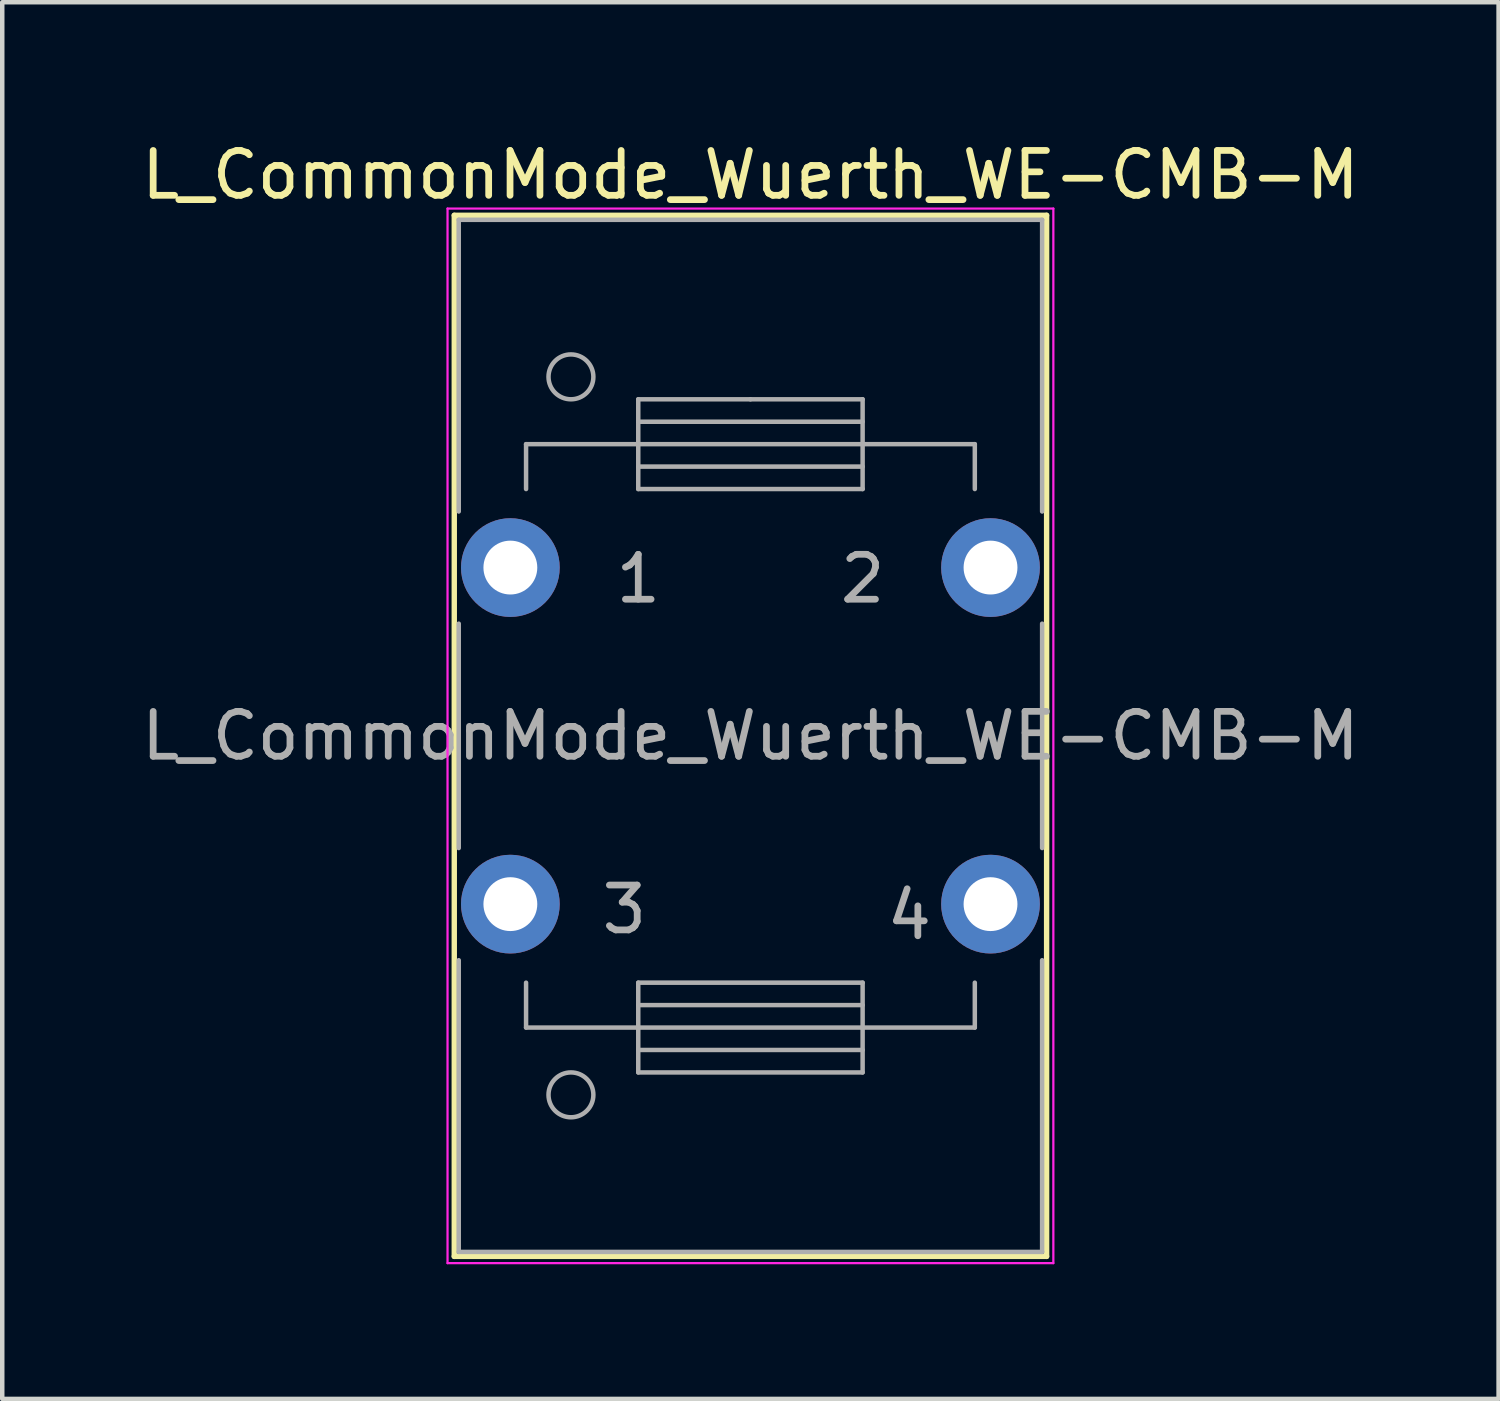
<source format=kicad_pcb>
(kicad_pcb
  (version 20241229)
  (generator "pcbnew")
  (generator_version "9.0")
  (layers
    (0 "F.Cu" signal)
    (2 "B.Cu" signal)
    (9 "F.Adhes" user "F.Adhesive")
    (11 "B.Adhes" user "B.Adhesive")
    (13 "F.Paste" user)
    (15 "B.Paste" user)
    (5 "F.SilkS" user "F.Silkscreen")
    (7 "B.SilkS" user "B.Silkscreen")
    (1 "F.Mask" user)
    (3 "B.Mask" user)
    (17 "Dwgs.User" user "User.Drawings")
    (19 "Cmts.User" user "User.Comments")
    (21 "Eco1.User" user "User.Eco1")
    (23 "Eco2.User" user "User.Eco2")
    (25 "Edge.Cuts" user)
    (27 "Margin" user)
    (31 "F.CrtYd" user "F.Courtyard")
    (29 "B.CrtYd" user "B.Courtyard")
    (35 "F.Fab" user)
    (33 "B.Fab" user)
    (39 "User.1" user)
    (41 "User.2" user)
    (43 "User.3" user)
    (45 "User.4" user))
  (footprint "L_CommonMode_Wuerth_WE-CMB-M"
    (layer "F.Cu")
    (at 8.323 9.598)
    (property "Reference" "L_CommonMode_Wuerth_WE-CMB-M" (at 5.35 -8.75 0) (layer "F.SilkS") (effects (font (size 1 1) (thickness 0.15))))
    (attr through_hole)
    (fp_line (start -1.25 -7.85) (end 11.95 -7.85) (stroke (width 0.12) (type solid)) (layer "F.SilkS"))
    (fp_line (start -1.25 15.35) (end -1.25 -7.85) (stroke (width 0.12) (type solid)) (layer "F.SilkS"))
    (fp_line (start 11.95 -7.85) (end 11.95 15.35) (stroke (width 0.12) (type solid)) (layer "F.SilkS"))
    (fp_line (start 11.95 15.35) (end -1.25 15.35) (stroke (width 0.12) (type solid)) (layer "F.SilkS"))
    (fp_line (start -1.4 -8) (end 12.1 -8) (stroke (width 0.05) (type solid)) (layer "F.CrtYd"))
    (fp_line (start -1.4 15.5) (end -1.4 -8) (stroke (width 0.05) (type solid)) (layer "F.CrtYd"))
    (fp_line (start 12.1 -8) (end 12.1 15.5) (stroke (width 0.05) (type solid)) (layer "F.CrtYd"))
    (fp_line (start 12.1 15.5) (end -1.4 15.5) (stroke (width 0.05) (type solid)) (layer "F.CrtYd"))
    (fp_line (start -1.15 -7.75) (end 11.85 -7.75) (stroke (width 0.1) (type solid)) (layer "F.Fab"))
    (fp_line (start -1.15 -1.25) (end -1.15 -7.75) (stroke (width 0.1) (type solid)) (layer "F.Fab"))
    (fp_line (start -1.15 6.25) (end -1.15 1.25) (stroke (width 0.1) (type solid)) (layer "F.Fab"))
    (fp_line (start -1.15 15.25) (end -1.15 8.75) (stroke (width 0.1) (type solid)) (layer "F.Fab"))
    (fp_line (start 0.35 -2.75) (end 0.35 -1.75) (stroke (width 0.1) (type solid)) (layer "F.Fab"))
    (fp_line (start 0.35 9.25) (end 0.35 10.25) (stroke (width 0.1) (type solid)) (layer "F.Fab"))
    (fp_line (start 0.35 10.25) (end 2.85 10.25) (stroke (width 0.1) (type solid)) (layer "F.Fab"))
    (fp_line (start 2.85 -3.75) (end 5.35 -3.75) (stroke (width 0.1) (type solid)) (layer "F.Fab"))
    (fp_line (start 2.85 -2.75) (end 0.35 -2.75) (stroke (width 0.1) (type solid)) (layer "F.Fab"))
    (fp_line (start 2.85 -2.75) (end 7.85 -2.75) (stroke (width 0.1) (type solid)) (layer "F.Fab"))
    (fp_line (start 2.85 -2.25) (end 7.85 -2.25) (stroke (width 0.1) (type solid)) (layer "F.Fab"))
    (fp_line (start 2.85 -1.75) (end 2.85 -3.75) (stroke (width 0.1) (type solid)) (layer "F.Fab"))
    (fp_line (start 2.85 9.25) (end 7.85 9.25) (stroke (width 0.1) (type solid)) (layer "F.Fab"))
    (fp_line (start 2.85 10.75) (end 7.85 10.75) (stroke (width 0.1) (type solid)) (layer "F.Fab"))
    (fp_line (start 2.85 11.25) (end 2.85 9.25) (stroke (width 0.1) (type solid)) (layer "F.Fab"))
    (fp_line (start 5.35 -3.75) (end 7.85 -3.75) (stroke (width 0.1) (type solid)) (layer "F.Fab"))
    (fp_line (start 7.85 -3.75) (end 7.85 -1.75) (stroke (width 0.1) (type solid)) (layer "F.Fab"))
    (fp_line (start 7.85 -3.25) (end 2.85 -3.25) (stroke (width 0.1) (type solid)) (layer "F.Fab"))
    (fp_line (start 7.85 -2.75) (end 10.35 -2.75) (stroke (width 0.1) (type solid)) (layer "F.Fab"))
    (fp_line (start 7.85 -1.75) (end 2.85 -1.75) (stroke (width 0.1) (type solid)) (layer "F.Fab"))
    (fp_line (start 7.85 9.25) (end 7.85 11.25) (stroke (width 0.1) (type solid)) (layer "F.Fab"))
    (fp_line (start 7.85 9.75) (end 2.85 9.75) (stroke (width 0.1) (type solid)) (layer "F.Fab"))
    (fp_line (start 7.85 10.25) (end 2.85 10.25) (stroke (width 0.1) (type solid)) (layer "F.Fab"))
    (fp_line (start 7.85 11.25) (end 2.85 11.25) (stroke (width 0.1) (type solid)) (layer "F.Fab"))
    (fp_line (start 10.35 -2.75) (end 10.35 -1.75) (stroke (width 0.1) (type solid)) (layer "F.Fab"))
    (fp_line (start 10.35 9.25) (end 10.35 10.25) (stroke (width 0.1) (type solid)) (layer "F.Fab"))
    (fp_line (start 10.35 10.25) (end 7.85 10.25) (stroke (width 0.1) (type solid)) (layer "F.Fab"))
    (fp_line (start 11.85 -7.75) (end 11.85 -1.25) (stroke (width 0.1) (type solid)) (layer "F.Fab"))
    (fp_line (start 11.85 1.25) (end 11.85 6.25) (stroke (width 0.1) (type solid)) (layer "F.Fab"))
    (fp_line (start 11.85 8.75) (end 11.85 15.25) (stroke (width 0.1) (type solid)) (layer "F.Fab"))
    (fp_line (start 11.85 15.25) (end -1.15 15.25) (stroke (width 0.1) (type solid)) (layer "F.Fab"))
    (fp_circle (center 1.35 -4.25) (end 1.85 -4.25) (stroke (width 0.1) (type solid)) (fill no) (layer "F.Fab"))
    (fp_circle (center 1.35 11.75) (end 1.85 11.75) (stroke (width 0.1) (type solid)) (fill no) (layer "F.Fab"))
    (fp_text user "1" (at 2.85 0.25 0) (layer "F.Fab") (effects (font (size 1 1) (thickness 0.15))))
    (fp_text user "3" (at 2.54 7.62 0) (layer "F.Fab") (effects (font (size 1 1) (thickness 0.15))))
    (fp_text user "${REFERENCE}" (at 5.35 3.75 0) (layer "F.Fab") (effects (font (size 1 1) (thickness 0.15))))
    (fp_text user "2" (at 7.85 0.25 0) (layer "F.Fab") (effects (font (size 1 1) (thickness 0.15))))
    (fp_text user "4" (at 8.89 7.75 0) (layer "F.Fab") (effects (font (size 1 1) (thickness 0.15))))
    (pad "1" thru_hole circle (at 0 0) (size 2.2 2.2) (drill 1.2) (layers "*.Cu" "*.Mask"))
    (pad "2" thru_hole circle (at 10.7 0) (size 2.2 2.2) (drill 1.2) (layers "*.Cu" "*.Mask"))
    (pad "3" thru_hole circle (at 0 7.5) (size 2.2 2.2) (drill 1.2) (layers "*.Cu" "*.Mask"))
    (pad "4" thru_hole circle (at 10.7 7.5) (size 2.2 2.2) (drill 1.2) (layers "*.Cu" "*.Mask")))
  (gr_rect
    (start -3 -3)
    (end 30.345 28.123)
    (stroke (width 0.1) (type default))
    (fill no)
    (layer "Edge.Cuts")))
</source>
